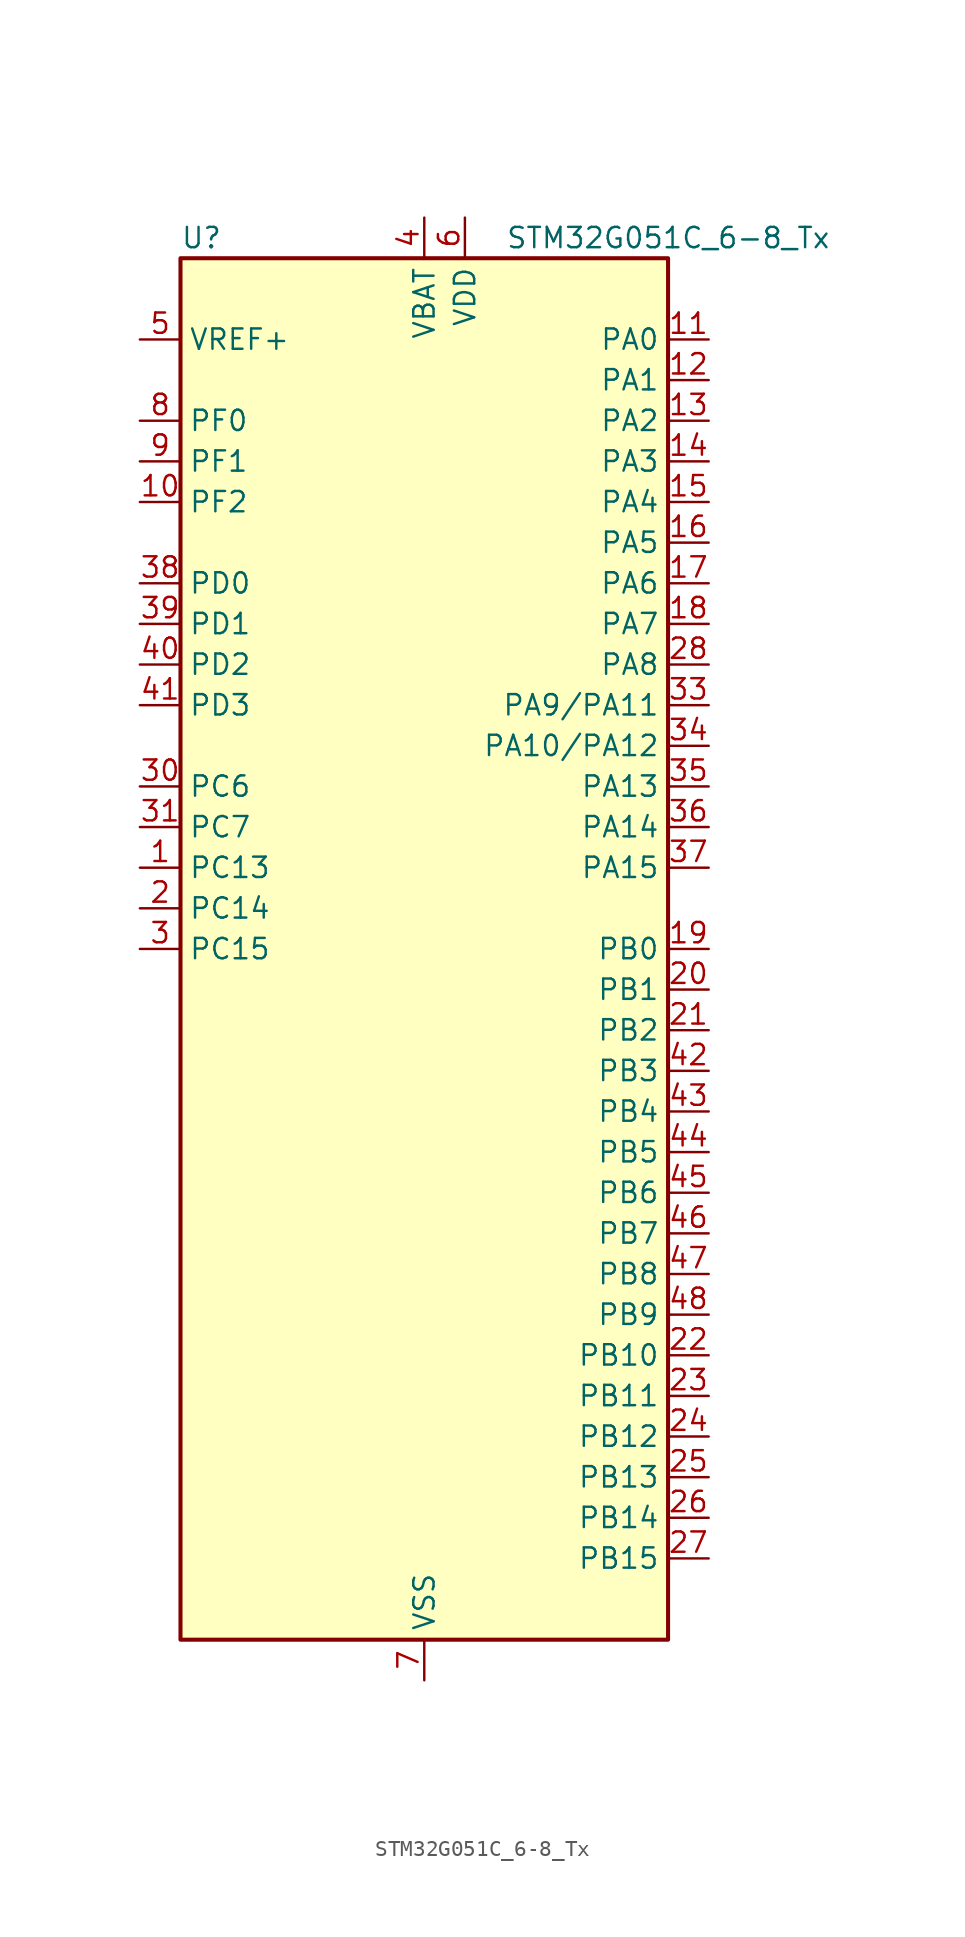
<source format=kicad_sym>
(kicad_symbol_lib
  (version 20241209)
  (generator "kicad_symbol_editor")
  (generator_version "9.0")
  (symbol "STM32G051C_6-8_Tx"
    (property "Reference" "U"
      (at -15.24 44.45 0)
      (effects (font (size 1.27 1.27)) (justify left)))
    (property "Value" "STM32G051C_6-8_Tx"
      (at 5.08 44.45 0)
      (effects (font (size 1.27 1.27)) (justify left)))
    (symbol "STM32G051C_6-8_Tx_0_1"
      (rectangle (start -15.24 -43.18) (end 15.24 43.18) (stroke (width 0.254) (type default)) (fill (type background))))
    (symbol "STM32G051C_6-8_Tx_1_1"
      (pin input line (at -17.78 38.1 0) (length 2.54) (name "VREF+" (effects (font (size 1.27 1.27)))) (number "5" (effects (font (size 1.27 1.27)))) (alternate "VREFBUF_OUT" bidirectional line))
      (pin bidirectional line (at -17.78 33.02 0) (length 2.54) (name "PF0" (effects (font (size 1.27 1.27)))) (number "8" (effects (font (size 1.27 1.27)))) (alternate "RCC_OSC_IN" bidirectional line) (alternate "TIM14_CH1" bidirectional line))
      (pin bidirectional line (at -17.78 30.48 0) (length 2.54) (name "PF1" (effects (font (size 1.27 1.27)))) (number "9" (effects (font (size 1.27 1.27)))) (alternate "RCC_OSC_EN" bidirectional line) (alternate "RCC_OSC_OUT" bidirectional line) (alternate "TIM15_CH1N" bidirectional line))
      (pin bidirectional line (at -17.78 27.94 0) (length 2.54) (name "PF2" (effects (font (size 1.27 1.27)))) (number "10" (effects (font (size 1.27 1.27)))) (alternate "RCC_MCO" bidirectional line))
      (pin bidirectional line (at -17.78 22.86 0) (length 2.54) (name "PD0" (effects (font (size 1.27 1.27)))) (number "38" (effects (font (size 1.27 1.27)))) (alternate "SPI2_NSS" bidirectional line) (alternate "TIM16_CH1" bidirectional line))
      (pin bidirectional line (at -17.78 20.32 0) (length 2.54) (name "PD1" (effects (font (size 1.27 1.27)))) (number "39" (effects (font (size 1.27 1.27)))) (alternate "SPI2_SCK" bidirectional line) (alternate "TIM17_CH1" bidirectional line))
      (pin bidirectional line (at -17.78 17.78 0) (length 2.54) (name "PD2" (effects (font (size 1.27 1.27)))) (number "40" (effects (font (size 1.27 1.27)))) (alternate "TIM1_CH1N" bidirectional line) (alternate "TIM3_ETR" bidirectional line))
      (pin bidirectional line (at -17.78 15.24 0) (length 2.54) (name "PD3" (effects (font (size 1.27 1.27)))) (number "41" (effects (font (size 1.27 1.27)))) (alternate "SPI2_MISO" bidirectional line) (alternate "TIM1_CH2N" bidirectional line) (alternate "USART2_CTS" bidirectional line) (alternate "USART2_NSS" bidirectional line))
      (pin bidirectional line (at -17.78 10.16 0) (length 2.54) (name "PC6" (effects (font (size 1.27 1.27)))) (number "30" (effects (font (size 1.27 1.27)))) (alternate "TIM2_CH3" bidirectional line) (alternate "TIM3_CH1" bidirectional line))
      (pin bidirectional line (at -17.78 7.62 0) (length 2.54) (name "PC7" (effects (font (size 1.27 1.27)))) (number "31" (effects (font (size 1.27 1.27)))) (alternate "TIM2_CH4" bidirectional line) (alternate "TIM3_CH2" bidirectional line))
      (pin bidirectional line (at -17.78 5.08 0) (length 2.54) (name "PC13" (effects (font (size 1.27 1.27)))) (number "1" (effects (font (size 1.27 1.27)))) (alternate "RTC_OUT1" bidirectional line) (alternate "RTC_TAMP_IN1" bidirectional line) (alternate "RTC_TS" bidirectional line) (alternate "SYS_WKUP2" bidirectional line) (alternate "TIM1_BK" bidirectional line))
      (pin bidirectional line (at -17.78 2.54 0) (length 2.54) (name "PC14" (effects (font (size 1.27 1.27)))) (number "2" (effects (font (size 1.27 1.27)))) (alternate "RCC_OSC32_IN" bidirectional line) (alternate "TIM1_BK2" bidirectional line))
      (pin bidirectional line (at -17.78 0 0) (length 2.54) (name "PC15" (effects (font (size 1.27 1.27)))) (number "3" (effects (font (size 1.27 1.27)))) (alternate "RCC_OSC32_EN" bidirectional line) (alternate "RCC_OSC32_OUT" bidirectional line) (alternate "RCC_OSC_EN" bidirectional line) (alternate "TIM15_BK" bidirectional line))
      (pin no_connect line (at -15.24 -40.64 0) (length 2.54) (hide yes) (name "NC/PA10" (effects (font (size 1.27 1.27)))) (number "32" (effects (font (size 1.27 1.27)))) (alternate "I2C1_SDA (PA10)" bidirectional line) (alternate "NC" bidirectional line) (alternate "PA10" bidirectional line) (alternate "SPI2_MOSI (PA10)" bidirectional line) (alternate "TIM17_BK (PA10)" bidirectional line) (alternate "TIM1_CH3 (PA10)" bidirectional line) (alternate "USART1_RX (PA10)" bidirectional line))
      (pin no_connect line (at -15.24 -43.18 0) (length 2.54) (hide yes) (name "NC/PA9" (effects (font (size 1.27 1.27)))) (number "29" (effects (font (size 1.27 1.27)))) (alternate "DAC1_EXTI9 (PA9)" bidirectional line) (alternate "I2C1_SCL (PA9)" bidirectional line) (alternate "NC" bidirectional line) (alternate "PA9" bidirectional line) (alternate "RCC_MCO (PA9)" bidirectional line) (alternate "SPI2_MISO (PA9)" bidirectional line) (alternate "TIM15_BK (PA9)" bidirectional line) (alternate "TIM1_CH2 (PA9)" bidirectional line) (alternate "USART1_TX (PA9)" bidirectional line))
      (pin power_in line (at 0 45.72 270) (length 2.54) (name "VBAT" (effects (font (size 1.27 1.27)))) (number "4" (effects (font (size 1.27 1.27)))))
      (pin power_in line (at 0 -45.72 90) (length 2.54) (name "VSS" (effects (font (size 1.27 1.27)))) (number "7" (effects (font (size 1.27 1.27)))))
      (pin power_in line (at 2.54 45.72 270) (length 2.54) (name "VDD" (effects (font (size 1.27 1.27)))) (number "6" (effects (font (size 1.27 1.27)))))
      (pin bidirectional line (at 17.78 38.1 180) (length 2.54) (name "PA0" (effects (font (size 1.27 1.27)))) (number "11" (effects (font (size 1.27 1.27)))) (alternate "ADC1_IN0" bidirectional line) (alternate "COMP1_INM" bidirectional line) (alternate "COMP1_OUT" bidirectional line) (alternate "LPTIM1_OUT" bidirectional line) (alternate "RTC_TAMP_IN2" bidirectional line) (alternate "SPI2_SCK" bidirectional line) (alternate "SYS_WKUP1" bidirectional line) (alternate "TIM2_CH1" bidirectional line) (alternate "TIM2_ETR" bidirectional line) (alternate "USART2_CTS" bidirectional line) (alternate "USART2_NSS" bidirectional line))
      (pin bidirectional line (at 17.78 35.56 180) (length 2.54) (name "PA1" (effects (font (size 1.27 1.27)))) (number "12" (effects (font (size 1.27 1.27)))) (alternate "ADC1_IN1" bidirectional line) (alternate "COMP1_INP" bidirectional line) (alternate "I2C1_SMBA" bidirectional line) (alternate "I2S1_CK" bidirectional line) (alternate "SPI1_SCK" bidirectional line) (alternate "TIM15_CH1N" bidirectional line) (alternate "TIM2_CH2" bidirectional line) (alternate "USART2_CK" bidirectional line) (alternate "USART2_DE" bidirectional line) (alternate "USART2_RTS" bidirectional line))
      (pin bidirectional line (at 17.78 33.02 180) (length 2.54) (name "PA2" (effects (font (size 1.27 1.27)))) (number "13" (effects (font (size 1.27 1.27)))) (alternate "ADC1_IN2" bidirectional line) (alternate "COMP2_INM" bidirectional line) (alternate "COMP2_OUT" bidirectional line) (alternate "I2S1_SD" bidirectional line) (alternate "LPUART1_TX" bidirectional line) (alternate "RCC_LSCO" bidirectional line) (alternate "SPI1_MOSI" bidirectional line) (alternate "SYS_WKUP4" bidirectional line) (alternate "TIM15_CH1" bidirectional line) (alternate "TIM2_CH3" bidirectional line) (alternate "USART2_TX" bidirectional line))
      (pin bidirectional line (at 17.78 30.48 180) (length 2.54) (name "PA3" (effects (font (size 1.27 1.27)))) (number "14" (effects (font (size 1.27 1.27)))) (alternate "ADC1_IN3" bidirectional line) (alternate "COMP2_INP" bidirectional line) (alternate "LPUART1_RX" bidirectional line) (alternate "SPI2_MISO" bidirectional line) (alternate "TIM15_CH2" bidirectional line) (alternate "TIM2_CH4" bidirectional line) (alternate "USART2_RX" bidirectional line))
      (pin bidirectional line (at 17.78 27.94 180) (length 2.54) (name "PA4" (effects (font (size 1.27 1.27)))) (number "15" (effects (font (size 1.27 1.27)))) (alternate "ADC1_IN4" bidirectional line) (alternate "DAC1_OUT1" bidirectional line) (alternate "I2S1_WS" bidirectional line) (alternate "LPTIM2_OUT" bidirectional line) (alternate "RTC_OUT2" bidirectional line) (alternate "SPI1_NSS" bidirectional line) (alternate "SPI2_MOSI" bidirectional line) (alternate "TIM14_CH1" bidirectional line))
      (pin bidirectional line (at 17.78 25.4 180) (length 2.54) (name "PA5" (effects (font (size 1.27 1.27)))) (number "16" (effects (font (size 1.27 1.27)))) (alternate "ADC1_IN5" bidirectional line) (alternate "DAC1_OUT2" bidirectional line) (alternate "I2S1_CK" bidirectional line) (alternate "LPTIM2_ETR" bidirectional line) (alternate "SPI1_SCK" bidirectional line) (alternate "TIM2_CH1" bidirectional line) (alternate "TIM2_ETR" bidirectional line))
      (pin bidirectional line (at 17.78 22.86 180) (length 2.54) (name "PA6" (effects (font (size 1.27 1.27)))) (number "17" (effects (font (size 1.27 1.27)))) (alternate "ADC1_IN6" bidirectional line) (alternate "COMP1_OUT" bidirectional line) (alternate "I2S1_MCK" bidirectional line) (alternate "LPUART1_CTS" bidirectional line) (alternate "SPI1_MISO" bidirectional line) (alternate "TIM16_CH1" bidirectional line) (alternate "TIM1_BK" bidirectional line) (alternate "TIM3_CH1" bidirectional line))
      (pin bidirectional line (at 17.78 20.32 180) (length 2.54) (name "PA7" (effects (font (size 1.27 1.27)))) (number "18" (effects (font (size 1.27 1.27)))) (alternate "ADC1_IN7" bidirectional line) (alternate "COMP2_OUT" bidirectional line) (alternate "I2S1_SD" bidirectional line) (alternate "SPI1_MOSI" bidirectional line) (alternate "TIM14_CH1" bidirectional line) (alternate "TIM17_CH1" bidirectional line) (alternate "TIM1_CH1N" bidirectional line) (alternate "TIM3_CH2" bidirectional line))
      (pin bidirectional line (at 17.78 17.78 180) (length 2.54) (name "PA8" (effects (font (size 1.27 1.27)))) (number "28" (effects (font (size 1.27 1.27)))) (alternate "LPTIM2_OUT" bidirectional line) (alternate "RCC_MCO" bidirectional line) (alternate "SPI2_NSS" bidirectional line) (alternate "TIM1_CH1" bidirectional line))
      (pin bidirectional line (at 17.78 15.24 180) (length 2.54) (name "PA9/PA11" (effects (font (size 1.27 1.27)))) (number "33" (effects (font (size 1.27 1.27)))) (alternate "ADC1_EXTI11 (PA11)" bidirectional line) (alternate "COMP1_OUT (PA11)" bidirectional line) (alternate "DAC1_EXTI9 (PA9)" bidirectional line) (alternate "I2C1_SCL (PA9)" bidirectional line) (alternate "I2C2_SCL (PA11)" bidirectional line) (alternate "I2S1_MCK (PA11)" bidirectional line) (alternate "PA11" bidirectional line) (alternate "PA9" bidirectional line) (alternate "RCC_MCO (PA9)" bidirectional line) (alternate "SPI1_MISO (PA11)" bidirectional line) (alternate "SPI2_MISO (PA9)" bidirectional line) (alternate "TIM15_BK (PA9)" bidirectional line) (alternate "TIM1_BK2 (PA11)" bidirectional line) (alternate "TIM1_CH2 (PA9)" bidirectional line) (alternate "TIM1_CH4 (PA11)" bidirectional line) (alternate "USART1_CTS (PA11)" bidirectional line) (alternate "USART1_NSS (PA11)" bidirectional line) (alternate "USART1_TX (PA9)" bidirectional line))
      (pin bidirectional line (at 17.78 12.7 180) (length 2.54) (name "PA10/PA12" (effects (font (size 1.27 1.27)))) (number "34" (effects (font (size 1.27 1.27)))) (alternate "COMP2_OUT (PA12)" bidirectional line) (alternate "I2C1_SDA (PA10)" bidirectional line) (alternate "I2C2_SDA (PA12)" bidirectional line) (alternate "I2S1_SD (PA12)" bidirectional line) (alternate "I2S_CKIN (PA12)" bidirectional line) (alternate "PA10" bidirectional line) (alternate "PA12" bidirectional line) (alternate "SPI1_MOSI (PA12)" bidirectional line) (alternate "SPI2_MOSI (PA10)" bidirectional line) (alternate "TIM17_BK (PA10)" bidirectional line) (alternate "TIM1_CH3 (PA10)" bidirectional line) (alternate "TIM1_ETR (PA12)" bidirectional line) (alternate "USART1_CK (PA12)" bidirectional line) (alternate "USART1_DE (PA12)" bidirectional line) (alternate "USART1_RTS (PA12)" bidirectional line) (alternate "USART1_RX (PA10)" bidirectional line))
      (pin bidirectional line (at 17.78 10.16 180) (length 2.54) (name "PA13" (effects (font (size 1.27 1.27)))) (number "35" (effects (font (size 1.27 1.27)))) (alternate "ADC1_IN17" bidirectional line) (alternate "IR_OUT" bidirectional line) (alternate "SYS_SWDIO" bidirectional line))
      (pin bidirectional line (at 17.78 7.62 180) (length 2.54) (name "PA14" (effects (font (size 1.27 1.27)))) (number "36" (effects (font (size 1.27 1.27)))) (alternate "ADC1_IN18" bidirectional line) (alternate "SYS_SWCLK" bidirectional line) (alternate "USART2_TX" bidirectional line))
      (pin bidirectional line (at 17.78 5.08 180) (length 2.54) (name "PA15" (effects (font (size 1.27 1.27)))) (number "37" (effects (font (size 1.27 1.27)))) (alternate "I2S1_WS" bidirectional line) (alternate "SPI1_NSS" bidirectional line) (alternate "TIM2_CH1" bidirectional line) (alternate "TIM2_ETR" bidirectional line) (alternate "USART2_RX" bidirectional line))
      (pin bidirectional line (at 17.78 0 180) (length 2.54) (name "PB0" (effects (font (size 1.27 1.27)))) (number "19" (effects (font (size 1.27 1.27)))) (alternate "ADC1_IN8" bidirectional line) (alternate "COMP1_OUT" bidirectional line) (alternate "I2S1_WS" bidirectional line) (alternate "LPTIM1_OUT" bidirectional line) (alternate "SPI1_NSS" bidirectional line) (alternate "TIM1_CH2N" bidirectional line) (alternate "TIM3_CH3" bidirectional line))
      (pin bidirectional line (at 17.78 -2.54 180) (length 2.54) (name "PB1" (effects (font (size 1.27 1.27)))) (number "20" (effects (font (size 1.27 1.27)))) (alternate "ADC1_IN9" bidirectional line) (alternate "COMP1_INM" bidirectional line) (alternate "LPTIM2_IN1" bidirectional line) (alternate "LPUART1_DE" bidirectional line) (alternate "LPUART1_RTS" bidirectional line) (alternate "TIM14_CH1" bidirectional line) (alternate "TIM1_CH3N" bidirectional line) (alternate "TIM3_CH4" bidirectional line))
      (pin bidirectional line (at 17.78 -5.08 180) (length 2.54) (name "PB2" (effects (font (size 1.27 1.27)))) (number "21" (effects (font (size 1.27 1.27)))) (alternate "ADC1_IN10" bidirectional line) (alternate "COMP1_INP" bidirectional line) (alternate "LPTIM1_OUT" bidirectional line) (alternate "SPI2_MISO" bidirectional line))
      (pin bidirectional line (at 17.78 -7.62 180) (length 2.54) (name "PB3" (effects (font (size 1.27 1.27)))) (number "42" (effects (font (size 1.27 1.27)))) (alternate "COMP2_INM" bidirectional line) (alternate "I2S1_CK" bidirectional line) (alternate "SPI1_SCK" bidirectional line) (alternate "TIM1_CH2" bidirectional line) (alternate "TIM2_CH2" bidirectional line) (alternate "USART1_CK" bidirectional line) (alternate "USART1_DE" bidirectional line) (alternate "USART1_RTS" bidirectional line))
      (pin bidirectional line (at 17.78 -10.16 180) (length 2.54) (name "PB4" (effects (font (size 1.27 1.27)))) (number "43" (effects (font (size 1.27 1.27)))) (alternate "COMP2_INP" bidirectional line) (alternate "I2S1_MCK" bidirectional line) (alternate "SPI1_MISO" bidirectional line) (alternate "TIM17_BK" bidirectional line) (alternate "TIM3_CH1" bidirectional line) (alternate "USART1_CTS" bidirectional line) (alternate "USART1_NSS" bidirectional line))
      (pin bidirectional line (at 17.78 -12.7 180) (length 2.54) (name "PB5" (effects (font (size 1.27 1.27)))) (number "44" (effects (font (size 1.27 1.27)))) (alternate "COMP2_OUT" bidirectional line) (alternate "I2C1_SMBA" bidirectional line) (alternate "I2S1_SD" bidirectional line) (alternate "LPTIM1_IN1" bidirectional line) (alternate "SPI1_MOSI" bidirectional line) (alternate "SYS_WKUP6" bidirectional line) (alternate "TIM16_BK" bidirectional line) (alternate "TIM3_CH2" bidirectional line))
      (pin bidirectional line (at 17.78 -15.24 180) (length 2.54) (name "PB6" (effects (font (size 1.27 1.27)))) (number "45" (effects (font (size 1.27 1.27)))) (alternate "COMP2_INP" bidirectional line) (alternate "I2C1_SCL" bidirectional line) (alternate "LPTIM1_ETR" bidirectional line) (alternate "SPI2_MISO" bidirectional line) (alternate "TIM16_CH1N" bidirectional line) (alternate "TIM1_CH3" bidirectional line) (alternate "USART1_TX" bidirectional line))
      (pin bidirectional line (at 17.78 -17.78 180) (length 2.54) (name "PB7" (effects (font (size 1.27 1.27)))) (number "46" (effects (font (size 1.27 1.27)))) (alternate "COMP2_INM" bidirectional line) (alternate "I2C1_SDA" bidirectional line) (alternate "LPTIM1_IN2" bidirectional line) (alternate "SPI2_MOSI" bidirectional line) (alternate "SYS_PVD_IN" bidirectional line) (alternate "TIM17_CH1N" bidirectional line) (alternate "USART1_RX" bidirectional line))
      (pin bidirectional line (at 17.78 -20.32 180) (length 2.54) (name "PB8" (effects (font (size 1.27 1.27)))) (number "47" (effects (font (size 1.27 1.27)))) (alternate "I2C1_SCL" bidirectional line) (alternate "SPI2_SCK" bidirectional line) (alternate "TIM15_BK" bidirectional line) (alternate "TIM16_CH1" bidirectional line))
      (pin bidirectional line (at 17.78 -22.86 180) (length 2.54) (name "PB9" (effects (font (size 1.27 1.27)))) (number "48" (effects (font (size 1.27 1.27)))) (alternate "DAC1_EXTI9" bidirectional line) (alternate "I2C1_SDA" bidirectional line) (alternate "IR_OUT" bidirectional line) (alternate "SPI2_NSS" bidirectional line) (alternate "TIM17_CH1" bidirectional line))
      (pin bidirectional line (at 17.78 -25.4 180) (length 2.54) (name "PB10" (effects (font (size 1.27 1.27)))) (number "22" (effects (font (size 1.27 1.27)))) (alternate "ADC1_IN11" bidirectional line) (alternate "COMP1_OUT" bidirectional line) (alternate "I2C2_SCL" bidirectional line) (alternate "LPUART1_RX" bidirectional line) (alternate "SPI2_SCK" bidirectional line) (alternate "TIM2_CH3" bidirectional line))
      (pin bidirectional line (at 17.78 -27.94 180) (length 2.54) (name "PB11" (effects (font (size 1.27 1.27)))) (number "23" (effects (font (size 1.27 1.27)))) (alternate "ADC1_EXTI11" bidirectional line) (alternate "ADC1_IN15" bidirectional line) (alternate "COMP2_OUT" bidirectional line) (alternate "I2C2_SDA" bidirectional line) (alternate "LPUART1_TX" bidirectional line) (alternate "SPI2_MOSI" bidirectional line) (alternate "TIM2_CH4" bidirectional line))
      (pin bidirectional line (at 17.78 -30.48 180) (length 2.54) (name "PB12" (effects (font (size 1.27 1.27)))) (number "24" (effects (font (size 1.27 1.27)))) (alternate "ADC1_IN16" bidirectional line) (alternate "LPUART1_DE" bidirectional line) (alternate "LPUART1_RTS" bidirectional line) (alternate "SPI2_NSS" bidirectional line) (alternate "TIM15_BK" bidirectional line) (alternate "TIM1_BK" bidirectional line))
      (pin bidirectional line (at 17.78 -33.02 180) (length 2.54) (name "PB13" (effects (font (size 1.27 1.27)))) (number "25" (effects (font (size 1.27 1.27)))) (alternate "I2C2_SCL" bidirectional line) (alternate "LPUART1_CTS" bidirectional line) (alternate "SPI2_SCK" bidirectional line) (alternate "TIM15_CH1N" bidirectional line) (alternate "TIM1_CH1N" bidirectional line))
      (pin bidirectional line (at 17.78 -35.56 180) (length 2.54) (name "PB14" (effects (font (size 1.27 1.27)))) (number "26" (effects (font (size 1.27 1.27)))) (alternate "I2C2_SDA" bidirectional line) (alternate "SPI2_MISO" bidirectional line) (alternate "TIM15_CH1" bidirectional line) (alternate "TIM1_CH2N" bidirectional line))
      (pin bidirectional line (at 17.78 -38.1 180) (length 2.54) (name "PB15" (effects (font (size 1.27 1.27)))) (number "27" (effects (font (size 1.27 1.27)))) (alternate "RTC_REFIN" bidirectional line) (alternate "SPI2_MOSI" bidirectional line) (alternate "TIM15_CH1N" bidirectional line) (alternate "TIM15_CH2" bidirectional line) (alternate "TIM1_CH3N" bidirectional line)))))
</source>
